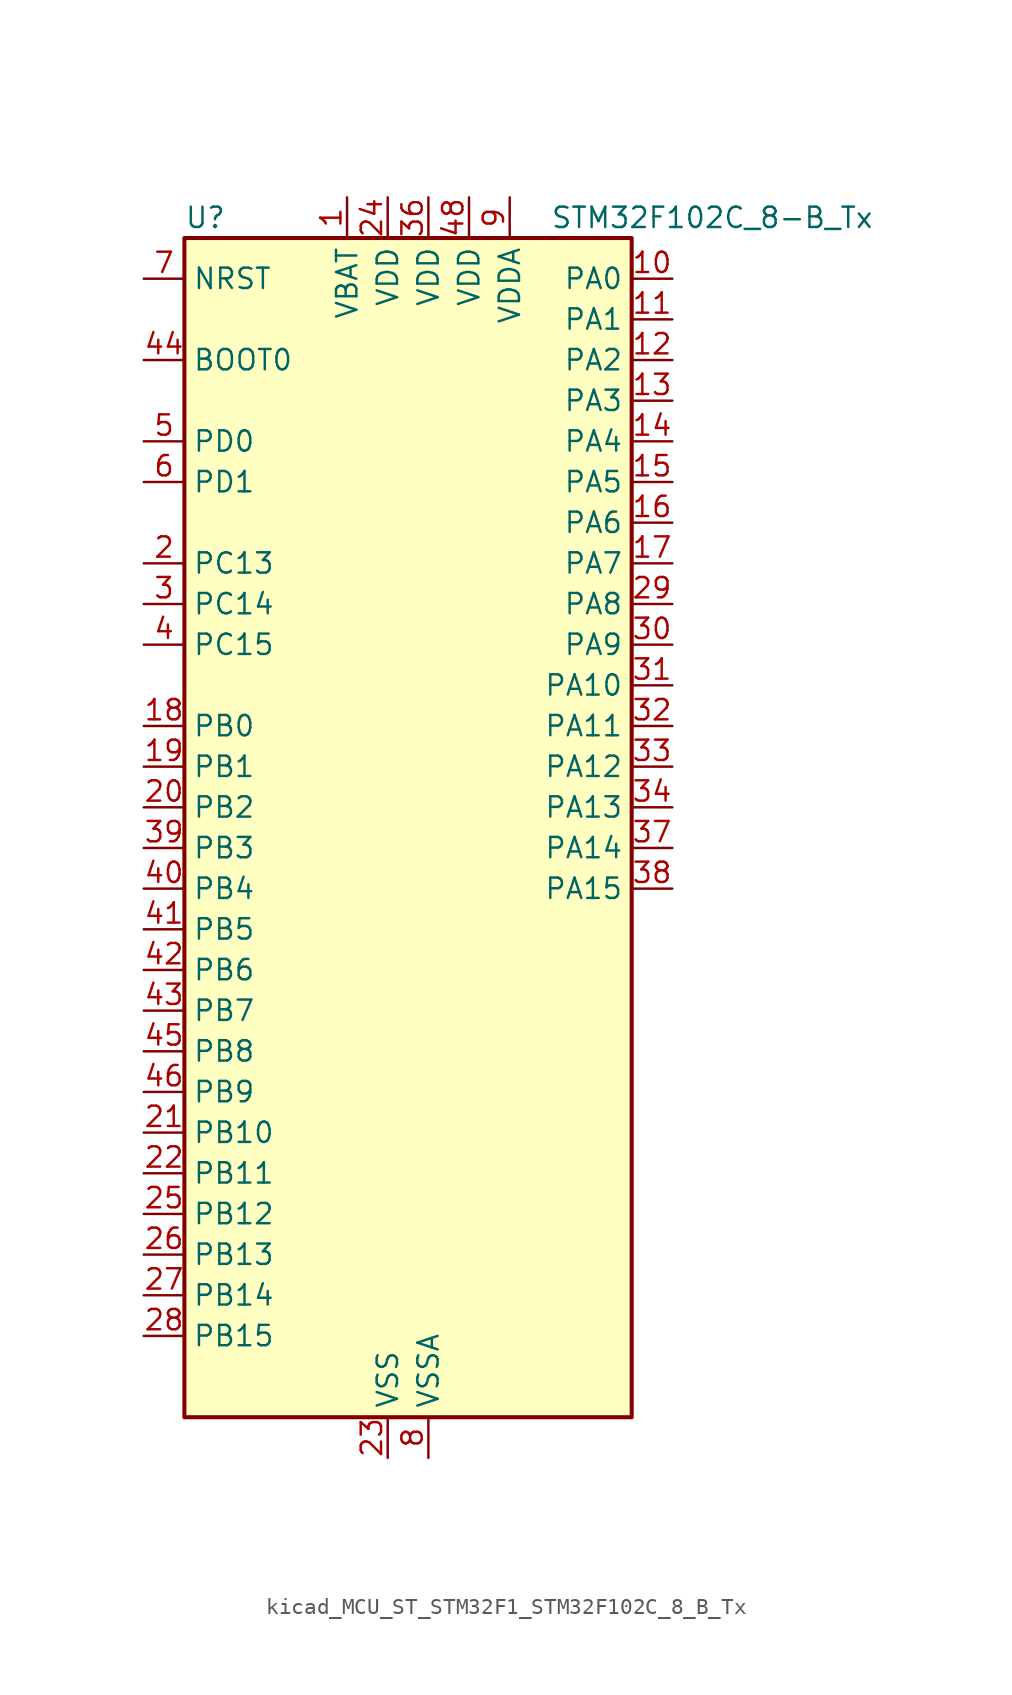
<source format=kicad_sym>
(kicad_symbol_lib
  (version 20220914)
  (generator kicad_symbol_editor)
  (symbol "kicad_MCU_ST_STM32F1_STM32F102C_8_B_Tx"
    (property "Reference" "U"
      (at -12.7 39.37 0)
      (effects (font (size 1.27 1.27)) (justify left)))
    (property "Value" "STM32F102C_8-B_Tx"
      (at 10.16 39.37 0)
      (effects (font (size 1.27 1.27)) (justify left)))
    (property "ki_locked" ""
      (at 0 0 0)
      (effects (font (size 1.27 1.27))))
    (symbol "kicad_MCU_ST_STM32F1_STM32F102C_8_B_Tx_0_1"
      (rectangle (start -12.7 -35.56) (end 15.24 38.1) (stroke (width 0.254) (type default)) (fill (type background))))
    (symbol "kicad_MCU_ST_STM32F1_STM32F102C_8_B_Tx_1_1"
      (pin power_in line (at -2.54 40.64 270) (length 2.54) (name "VBAT" (effects (font (size 1.27 1.27)))) (number "1" (effects (font (size 1.27 1.27)))))
      (pin bidirectional line (at 17.78 35.56 180) (length 2.54) (name "PA0" (effects (font (size 1.27 1.27)))) (number "10" (effects (font (size 1.27 1.27)))) (alternate "ADC1_IN0" bidirectional line) (alternate "SYS_WKUP" bidirectional line) (alternate "TIM2_CH1" bidirectional line) (alternate "TIM2_ETR" bidirectional line) (alternate "USART2_CTS" bidirectional line))
      (pin bidirectional line (at 17.78 33.02 180) (length 2.54) (name "PA1" (effects (font (size 1.27 1.27)))) (number "11" (effects (font (size 1.27 1.27)))) (alternate "ADC1_IN1" bidirectional line) (alternate "TIM2_CH2" bidirectional line) (alternate "USART2_RTS" bidirectional line))
      (pin bidirectional line (at 17.78 30.48 180) (length 2.54) (name "PA2" (effects (font (size 1.27 1.27)))) (number "12" (effects (font (size 1.27 1.27)))) (alternate "ADC1_IN2" bidirectional line) (alternate "TIM2_CH3" bidirectional line) (alternate "USART2_TX" bidirectional line))
      (pin bidirectional line (at 17.78 27.94 180) (length 2.54) (name "PA3" (effects (font (size 1.27 1.27)))) (number "13" (effects (font (size 1.27 1.27)))) (alternate "ADC1_IN3" bidirectional line) (alternate "TIM2_CH4" bidirectional line) (alternate "USART2_RX" bidirectional line))
      (pin bidirectional line (at 17.78 25.4 180) (length 2.54) (name "PA4" (effects (font (size 1.27 1.27)))) (number "14" (effects (font (size 1.27 1.27)))) (alternate "ADC1_IN4" bidirectional line) (alternate "SPI1_NSS" bidirectional line) (alternate "USART2_CK" bidirectional line))
      (pin bidirectional line (at 17.78 22.86 180) (length 2.54) (name "PA5" (effects (font (size 1.27 1.27)))) (number "15" (effects (font (size 1.27 1.27)))) (alternate "ADC1_IN5" bidirectional line) (alternate "SPI1_SCK" bidirectional line))
      (pin bidirectional line (at 17.78 20.32 180) (length 2.54) (name "PA6" (effects (font (size 1.27 1.27)))) (number "16" (effects (font (size 1.27 1.27)))) (alternate "ADC1_IN6" bidirectional line) (alternate "SPI1_MISO" bidirectional line) (alternate "TIM3_CH1" bidirectional line))
      (pin bidirectional line (at 17.78 17.78 180) (length 2.54) (name "PA7" (effects (font (size 1.27 1.27)))) (number "17" (effects (font (size 1.27 1.27)))) (alternate "ADC1_IN7" bidirectional line) (alternate "SPI1_MOSI" bidirectional line) (alternate "TIM3_CH2" bidirectional line))
      (pin bidirectional line (at -15.24 7.62 0) (length 2.54) (name "PB0" (effects (font (size 1.27 1.27)))) (number "18" (effects (font (size 1.27 1.27)))) (alternate "ADC1_IN8" bidirectional line) (alternate "TIM3_CH3" bidirectional line))
      (pin bidirectional line (at -15.24 5.08 0) (length 2.54) (name "PB1" (effects (font (size 1.27 1.27)))) (number "19" (effects (font (size 1.27 1.27)))) (alternate "ADC1_IN9" bidirectional line) (alternate "TIM3_CH4" bidirectional line))
      (pin bidirectional line (at -15.24 17.78 0) (length 2.54) (name "PC13" (effects (font (size 1.27 1.27)))) (number "2" (effects (font (size 1.27 1.27)))) (alternate "RTC_OUT" bidirectional line) (alternate "RTC_TAMPER" bidirectional line))
      (pin bidirectional line (at -15.24 2.54 0) (length 2.54) (name "PB2" (effects (font (size 1.27 1.27)))) (number "20" (effects (font (size 1.27 1.27)))))
      (pin bidirectional line (at -15.24 -17.78 0) (length 2.54) (name "PB10" (effects (font (size 1.27 1.27)))) (number "21" (effects (font (size 1.27 1.27)))) (alternate "I2C2_SCL" bidirectional line) (alternate "TIM2_CH3" bidirectional line) (alternate "USART3_TX" bidirectional line))
      (pin bidirectional line (at -15.24 -20.32 0) (length 2.54) (name "PB11" (effects (font (size 1.27 1.27)))) (number "22" (effects (font (size 1.27 1.27)))) (alternate "ADC1_EXTI11" bidirectional line) (alternate "I2C2_SDA" bidirectional line) (alternate "TIM2_CH4" bidirectional line) (alternate "USART3_RX" bidirectional line))
      (pin power_in line (at 0 -38.1 90) (length 2.54) (name "VSS" (effects (font (size 1.27 1.27)))) (number "23" (effects (font (size 1.27 1.27)))))
      (pin power_in line (at 0 40.64 270) (length 2.54) (name "VDD" (effects (font (size 1.27 1.27)))) (number "24" (effects (font (size 1.27 1.27)))))
      (pin bidirectional line (at -15.24 -22.86 0) (length 2.54) (name "PB12" (effects (font (size 1.27 1.27)))) (number "25" (effects (font (size 1.27 1.27)))) (alternate "I2C2_SMBA" bidirectional line) (alternate "SPI2_NSS" bidirectional line) (alternate "USART3_CK" bidirectional line))
      (pin bidirectional line (at -15.24 -25.4 0) (length 2.54) (name "PB13" (effects (font (size 1.27 1.27)))) (number "26" (effects (font (size 1.27 1.27)))) (alternate "SPI2_SCK" bidirectional line) (alternate "USART3_CTS" bidirectional line))
      (pin bidirectional line (at -15.24 -27.94 0) (length 2.54) (name "PB14" (effects (font (size 1.27 1.27)))) (number "27" (effects (font (size 1.27 1.27)))) (alternate "SPI2_MISO" bidirectional line) (alternate "USART3_RTS" bidirectional line))
      (pin bidirectional line (at -15.24 -30.48 0) (length 2.54) (name "PB15" (effects (font (size 1.27 1.27)))) (number "28" (effects (font (size 1.27 1.27)))) (alternate "ADC1_EXTI15" bidirectional line) (alternate "SPI2_MOSI" bidirectional line))
      (pin bidirectional line (at 17.78 15.24 180) (length 2.54) (name "PA8" (effects (font (size 1.27 1.27)))) (number "29" (effects (font (size 1.27 1.27)))) (alternate "RCC_MCO" bidirectional line) (alternate "USART1_CK" bidirectional line))
      (pin bidirectional line (at -15.24 15.24 0) (length 2.54) (name "PC14" (effects (font (size 1.27 1.27)))) (number "3" (effects (font (size 1.27 1.27)))) (alternate "RCC_OSC32_IN" bidirectional line))
      (pin bidirectional line (at 17.78 12.7 180) (length 2.54) (name "PA9" (effects (font (size 1.27 1.27)))) (number "30" (effects (font (size 1.27 1.27)))) (alternate "USART1_TX" bidirectional line))
      (pin bidirectional line (at 17.78 10.16 180) (length 2.54) (name "PA10" (effects (font (size 1.27 1.27)))) (number "31" (effects (font (size 1.27 1.27)))) (alternate "USART1_RX" bidirectional line))
      (pin bidirectional line (at 17.78 7.62 180) (length 2.54) (name "PA11" (effects (font (size 1.27 1.27)))) (number "32" (effects (font (size 1.27 1.27)))) (alternate "ADC1_EXTI11" bidirectional line) (alternate "USART1_CTS" bidirectional line) (alternate "USB_DM" bidirectional line))
      (pin bidirectional line (at 17.78 5.08 180) (length 2.54) (name "PA12" (effects (font (size 1.27 1.27)))) (number "33" (effects (font (size 1.27 1.27)))) (alternate "USART1_RTS" bidirectional line) (alternate "USB_DP" bidirectional line))
      (pin bidirectional line (at 17.78 2.54 180) (length 2.54) (name "PA13" (effects (font (size 1.27 1.27)))) (number "34" (effects (font (size 1.27 1.27)))) (alternate "SYS_JTMS-SWDIO" bidirectional line))
      (pin passive line (at 0 -38.1 90) (length 2.54) hide (name "VSS" (effects (font (size 1.27 1.27)))) (number "35" (effects (font (size 1.27 1.27)))))
      (pin power_in line (at 2.54 40.64 270) (length 2.54) (name "VDD" (effects (font (size 1.27 1.27)))) (number "36" (effects (font (size 1.27 1.27)))))
      (pin bidirectional line (at 17.78 0 180) (length 2.54) (name "PA14" (effects (font (size 1.27 1.27)))) (number "37" (effects (font (size 1.27 1.27)))) (alternate "SYS_JTCK-SWCLK" bidirectional line))
      (pin bidirectional line (at 17.78 -2.54 180) (length 2.54) (name "PA15" (effects (font (size 1.27 1.27)))) (number "38" (effects (font (size 1.27 1.27)))) (alternate "ADC1_EXTI15" bidirectional line) (alternate "SPI1_NSS" bidirectional line) (alternate "SYS_JTDI" bidirectional line) (alternate "TIM2_CH1" bidirectional line) (alternate "TIM2_ETR" bidirectional line))
      (pin bidirectional line (at -15.24 0 0) (length 2.54) (name "PB3" (effects (font (size 1.27 1.27)))) (number "39" (effects (font (size 1.27 1.27)))) (alternate "SPI1_SCK" bidirectional line) (alternate "SYS_JTDO-TRACESWO" bidirectional line) (alternate "TIM2_CH2" bidirectional line))
      (pin bidirectional line (at -15.24 12.7 0) (length 2.54) (name "PC15" (effects (font (size 1.27 1.27)))) (number "4" (effects (font (size 1.27 1.27)))) (alternate "ADC1_EXTI15" bidirectional line) (alternate "RCC_OSC32_OUT" bidirectional line))
      (pin bidirectional line (at -15.24 -2.54 0) (length 2.54) (name "PB4" (effects (font (size 1.27 1.27)))) (number "40" (effects (font (size 1.27 1.27)))) (alternate "SPI1_MISO" bidirectional line) (alternate "SYS_NJTRST" bidirectional line) (alternate "TIM3_CH1" bidirectional line))
      (pin bidirectional line (at -15.24 -5.08 0) (length 2.54) (name "PB5" (effects (font (size 1.27 1.27)))) (number "41" (effects (font (size 1.27 1.27)))) (alternate "I2C1_SMBA" bidirectional line) (alternate "SPI1_MOSI" bidirectional line) (alternate "TIM3_CH2" bidirectional line))
      (pin bidirectional line (at -15.24 -7.62 0) (length 2.54) (name "PB6" (effects (font (size 1.27 1.27)))) (number "42" (effects (font (size 1.27 1.27)))) (alternate "I2C1_SCL" bidirectional line) (alternate "TIM4_CH1" bidirectional line) (alternate "USART1_TX" bidirectional line))
      (pin bidirectional line (at -15.24 -10.16 0) (length 2.54) (name "PB7" (effects (font (size 1.27 1.27)))) (number "43" (effects (font (size 1.27 1.27)))) (alternate "I2C1_SDA" bidirectional line) (alternate "TIM4_CH2" bidirectional line) (alternate "USART1_RX" bidirectional line))
      (pin input line (at -15.24 30.48 0) (length 2.54) (name "BOOT0" (effects (font (size 1.27 1.27)))) (number "44" (effects (font (size 1.27 1.27)))))
      (pin bidirectional line (at -15.24 -12.7 0) (length 2.54) (name "PB8" (effects (font (size 1.27 1.27)))) (number "45" (effects (font (size 1.27 1.27)))) (alternate "I2C1_SCL" bidirectional line) (alternate "TIM4_CH3" bidirectional line))
      (pin bidirectional line (at -15.24 -15.24 0) (length 2.54) (name "PB9" (effects (font (size 1.27 1.27)))) (number "46" (effects (font (size 1.27 1.27)))) (alternate "I2C1_SDA" bidirectional line) (alternate "TIM4_CH4" bidirectional line))
      (pin passive line (at 0 -38.1 90) (length 2.54) hide (name "VSS" (effects (font (size 1.27 1.27)))) (number "47" (effects (font (size 1.27 1.27)))))
      (pin power_in line (at 5.08 40.64 270) (length 2.54) (name "VDD" (effects (font (size 1.27 1.27)))) (number "48" (effects (font (size 1.27 1.27)))))
      (pin bidirectional line (at -15.24 25.4 0) (length 2.54) (name "PD0" (effects (font (size 1.27 1.27)))) (number "5" (effects (font (size 1.27 1.27)))) (alternate "RCC_OSC_IN" bidirectional line))
      (pin bidirectional line (at -15.24 22.86 0) (length 2.54) (name "PD1" (effects (font (size 1.27 1.27)))) (number "6" (effects (font (size 1.27 1.27)))) (alternate "RCC_OSC_OUT" bidirectional line))
      (pin input line (at -15.24 35.56 0) (length 2.54) (name "NRST" (effects (font (size 1.27 1.27)))) (number "7" (effects (font (size 1.27 1.27)))))
      (pin power_in line (at 2.54 -38.1 90) (length 2.54) (name "VSSA" (effects (font (size 1.27 1.27)))) (number "8" (effects (font (size 1.27 1.27)))))
      (pin power_in line (at 7.62 40.64 270) (length 2.54) (name "VDDA" (effects (font (size 1.27 1.27)))) (number "9" (effects (font (size 1.27 1.27))))))))
</source>
